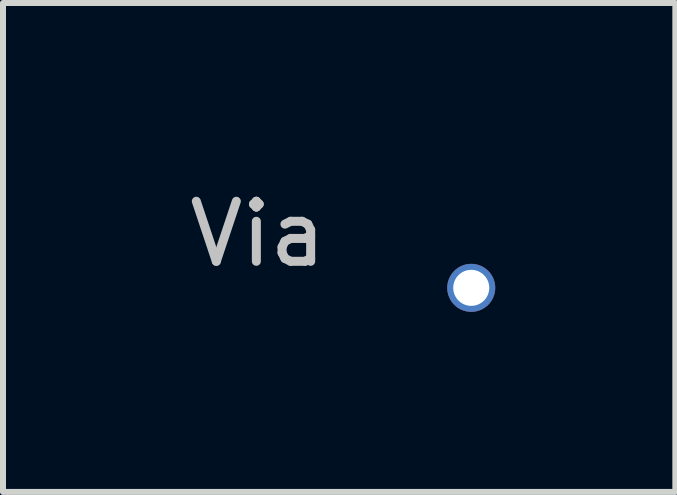
<source format=kicad_pcb>
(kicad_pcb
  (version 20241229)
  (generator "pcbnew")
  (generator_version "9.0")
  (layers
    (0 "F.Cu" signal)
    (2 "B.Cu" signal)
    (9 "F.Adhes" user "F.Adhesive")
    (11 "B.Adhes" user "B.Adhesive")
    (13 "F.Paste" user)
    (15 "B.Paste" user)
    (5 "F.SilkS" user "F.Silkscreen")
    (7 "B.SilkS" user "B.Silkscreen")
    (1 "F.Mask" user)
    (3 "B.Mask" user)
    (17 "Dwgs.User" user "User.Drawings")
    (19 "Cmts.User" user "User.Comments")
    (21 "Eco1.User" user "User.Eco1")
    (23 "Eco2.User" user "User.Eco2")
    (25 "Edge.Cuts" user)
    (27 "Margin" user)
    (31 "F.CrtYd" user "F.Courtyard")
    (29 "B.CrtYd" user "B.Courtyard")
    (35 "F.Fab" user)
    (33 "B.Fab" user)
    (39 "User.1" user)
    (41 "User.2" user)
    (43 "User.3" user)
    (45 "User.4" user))
  (footprint "Via"
    (layer "F.Cu")
    (at 4.8 1.745)
    (property "Reference" "Via" (at -3.556 -0.897 0) (layer "Dwgs.User") (effects (font (size 1 1) (thickness 0.15))))
    (attr through_hole)
    (pad "1" thru_hole circle (at 0 0) (size 0.8 0.8) (drill 0.6) (layers "*.Cu" "*.Mask")))
  (gr_rect
    (start -3 -3)
    (end 8.2 5.145)
    (stroke (width 0.1) (type default))
    (fill no)
    (layer "Edge.Cuts")))
</source>
